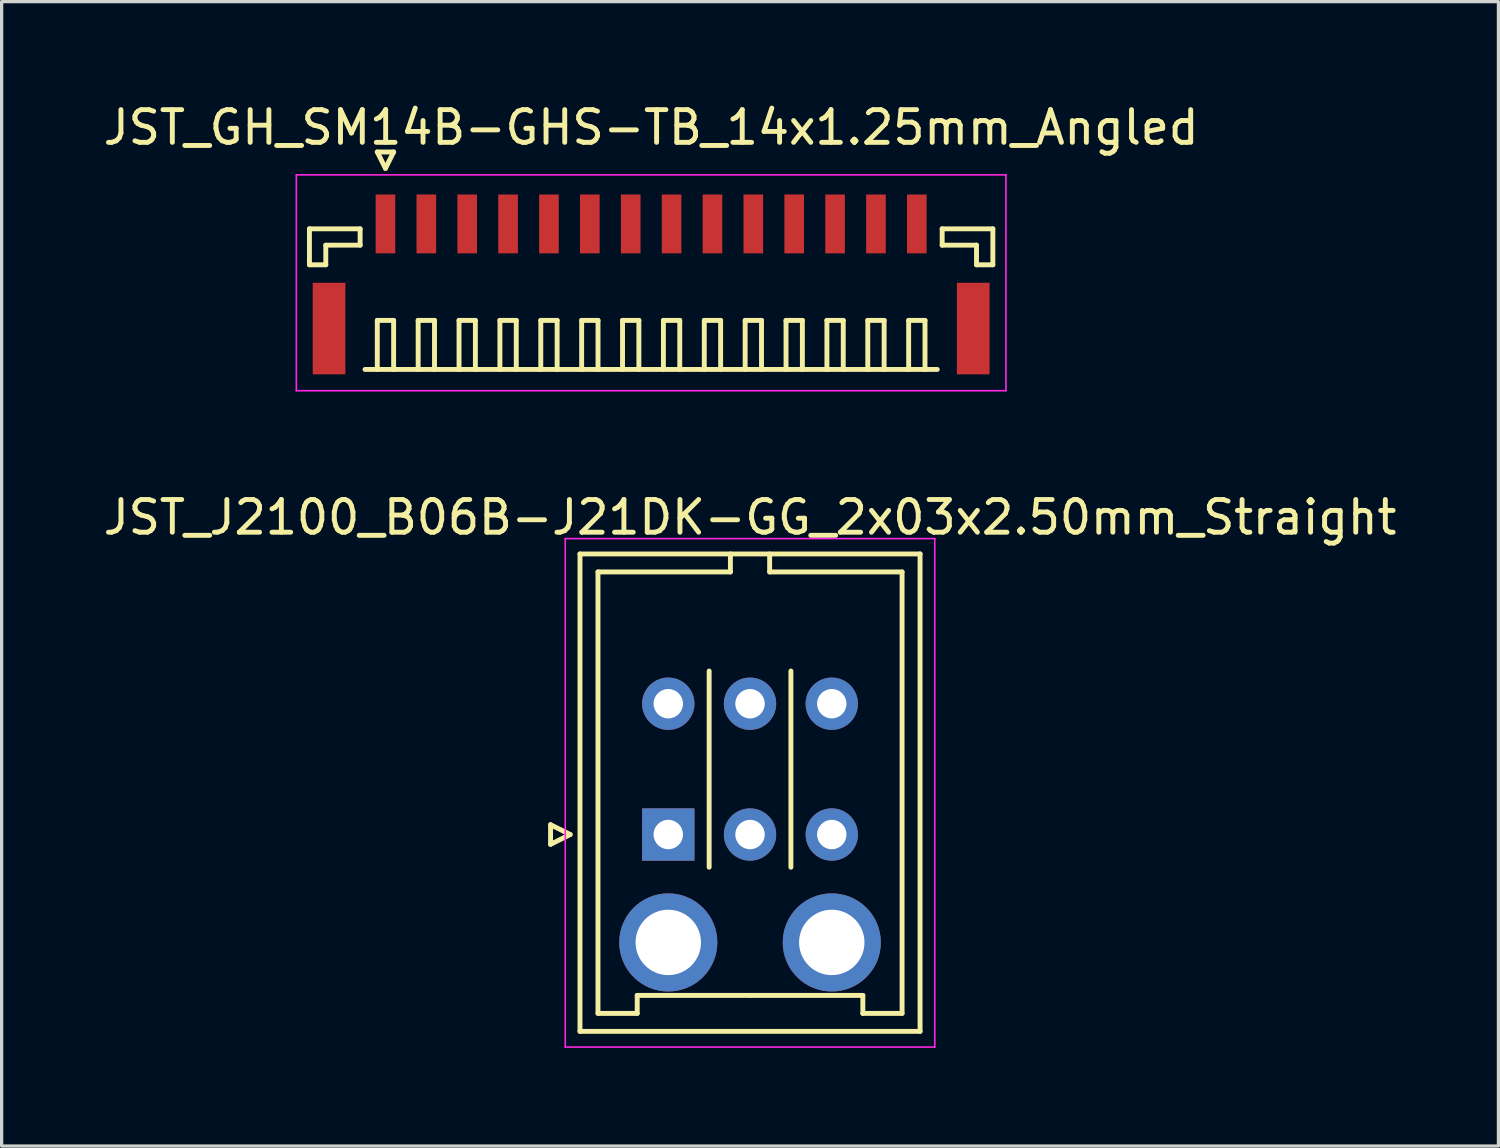
<source format=kicad_pcb>
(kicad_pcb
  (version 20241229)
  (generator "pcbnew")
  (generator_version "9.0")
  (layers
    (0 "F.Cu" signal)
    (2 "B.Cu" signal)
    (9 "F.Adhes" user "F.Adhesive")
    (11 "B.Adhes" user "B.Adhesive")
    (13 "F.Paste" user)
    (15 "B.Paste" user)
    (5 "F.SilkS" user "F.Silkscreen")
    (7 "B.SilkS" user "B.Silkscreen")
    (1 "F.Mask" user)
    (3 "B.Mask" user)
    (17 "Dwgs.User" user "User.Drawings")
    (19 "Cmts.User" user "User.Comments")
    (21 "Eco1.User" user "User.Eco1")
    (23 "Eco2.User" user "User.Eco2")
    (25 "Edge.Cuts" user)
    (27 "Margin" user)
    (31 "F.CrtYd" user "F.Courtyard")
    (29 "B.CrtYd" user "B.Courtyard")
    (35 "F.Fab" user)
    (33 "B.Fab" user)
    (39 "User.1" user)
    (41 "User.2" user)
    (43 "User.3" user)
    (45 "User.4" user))
  (footprint "JST_GH_SM14B-GHS-TB_14x1.25mm_Angled"
    (layer "F.Cu")
    (at 16.863 5.398)
    (property "Reference" "JST_GH_SM14B-GHS-TB_14x1.25mm_Angled" (at 0 -4.55 0) (layer "F.SilkS") (effects (font (size 1 1) (thickness 0.15))))
    (attr smd)
    (fp_line (start -10.45 -1.45) (end -8.9 -1.45) (stroke (width 0.15) (type solid)) (layer "F.SilkS"))
    (fp_line (start -10.45 -0.35) (end -10.45 -1.45) (stroke (width 0.15) (type solid)) (layer "F.SilkS"))
    (fp_line (start -9.95 -0.95) (end -9.95 -0.35) (stroke (width 0.15) (type solid)) (layer "F.SilkS"))
    (fp_line (start -9.95 -0.35) (end -10.45 -0.35) (stroke (width 0.15) (type solid)) (layer "F.SilkS"))
    (fp_line (start -8.9 -1.45) (end -8.9 -0.95) (stroke (width 0.15) (type solid)) (layer "F.SilkS"))
    (fp_line (start -8.9 -0.95) (end -9.95 -0.95) (stroke (width 0.15) (type solid)) (layer "F.SilkS"))
    (fp_line (start -8.75 2.85) (end 8.75 2.85) (stroke (width 0.15) (type solid)) (layer "F.SilkS"))
    (fp_line (start -8.375 -3.8) (end -7.875 -3.8) (stroke (width 0.15) (type solid)) (layer "F.SilkS"))
    (fp_line (start -8.375 1.35) (end -7.875 1.35) (stroke (width 0.15) (type solid)) (layer "F.SilkS"))
    (fp_line (start -8.375 2.85) (end -8.375 1.35) (stroke (width 0.15) (type solid)) (layer "F.SilkS"))
    (fp_line (start -8.125 -3.3) (end -8.375 -3.8) (stroke (width 0.15) (type solid)) (layer "F.SilkS"))
    (fp_line (start -7.875 -3.8) (end -8.125 -3.3) (stroke (width 0.15) (type solid)) (layer "F.SilkS"))
    (fp_line (start -7.875 1.35) (end -7.875 2.85) (stroke (width 0.15) (type solid)) (layer "F.SilkS"))
    (fp_line (start -7.125 1.35) (end -6.625 1.35) (stroke (width 0.15) (type solid)) (layer "F.SilkS"))
    (fp_line (start -7.125 2.85) (end -7.125 1.35) (stroke (width 0.15) (type solid)) (layer "F.SilkS"))
    (fp_line (start -6.625 1.35) (end -6.625 2.85) (stroke (width 0.15) (type solid)) (layer "F.SilkS"))
    (fp_line (start -5.875 1.35) (end -5.375 1.35) (stroke (width 0.15) (type solid)) (layer "F.SilkS"))
    (fp_line (start -5.875 2.85) (end -5.875 1.35) (stroke (width 0.15) (type solid)) (layer "F.SilkS"))
    (fp_line (start -5.375 1.35) (end -5.375 2.85) (stroke (width 0.15) (type solid)) (layer "F.SilkS"))
    (fp_line (start -4.625 1.35) (end -4.125 1.35) (stroke (width 0.15) (type solid)) (layer "F.SilkS"))
    (fp_line (start -4.625 2.85) (end -4.625 1.35) (stroke (width 0.15) (type solid)) (layer "F.SilkS"))
    (fp_line (start -4.125 1.35) (end -4.125 2.85) (stroke (width 0.15) (type solid)) (layer "F.SilkS"))
    (fp_line (start -3.375 1.35) (end -2.875 1.35) (stroke (width 0.15) (type solid)) (layer "F.SilkS"))
    (fp_line (start -3.375 2.85) (end -3.375 1.35) (stroke (width 0.15) (type solid)) (layer "F.SilkS"))
    (fp_line (start -2.875 1.35) (end -2.875 2.85) (stroke (width 0.15) (type solid)) (layer "F.SilkS"))
    (fp_line (start -2.125 1.35) (end -1.625 1.35) (stroke (width 0.15) (type solid)) (layer "F.SilkS"))
    (fp_line (start -2.125 2.85) (end -2.125 1.35) (stroke (width 0.15) (type solid)) (layer "F.SilkS"))
    (fp_line (start -1.625 1.35) (end -1.625 2.85) (stroke (width 0.15) (type solid)) (layer "F.SilkS"))
    (fp_line (start -0.875 1.35) (end -0.375 1.35) (stroke (width 0.15) (type solid)) (layer "F.SilkS"))
    (fp_line (start -0.875 2.85) (end -0.875 1.35) (stroke (width 0.15) (type solid)) (layer "F.SilkS"))
    (fp_line (start -0.375 1.35) (end -0.375 2.85) (stroke (width 0.15) (type solid)) (layer "F.SilkS"))
    (fp_line (start 0.375 1.35) (end 0.875 1.35) (stroke (width 0.15) (type solid)) (layer "F.SilkS"))
    (fp_line (start 0.375 2.85) (end 0.375 1.35) (stroke (width 0.15) (type solid)) (layer "F.SilkS"))
    (fp_line (start 0.875 1.35) (end 0.875 2.85) (stroke (width 0.15) (type solid)) (layer "F.SilkS"))
    (fp_line (start 1.625 1.35) (end 2.125 1.35) (stroke (width 0.15) (type solid)) (layer "F.SilkS"))
    (fp_line (start 1.625 2.85) (end 1.625 1.35) (stroke (width 0.15) (type solid)) (layer "F.SilkS"))
    (fp_line (start 2.125 1.35) (end 2.125 2.85) (stroke (width 0.15) (type solid)) (layer "F.SilkS"))
    (fp_line (start 2.875 1.35) (end 3.375 1.35) (stroke (width 0.15) (type solid)) (layer "F.SilkS"))
    (fp_line (start 2.875 2.85) (end 2.875 1.35) (stroke (width 0.15) (type solid)) (layer "F.SilkS"))
    (fp_line (start 3.375 1.35) (end 3.375 2.85) (stroke (width 0.15) (type solid)) (layer "F.SilkS"))
    (fp_line (start 4.125 1.35) (end 4.625 1.35) (stroke (width 0.15) (type solid)) (layer "F.SilkS"))
    (fp_line (start 4.125 2.85) (end 4.125 1.35) (stroke (width 0.15) (type solid)) (layer "F.SilkS"))
    (fp_line (start 4.625 1.35) (end 4.625 2.85) (stroke (width 0.15) (type solid)) (layer "F.SilkS"))
    (fp_line (start 5.375 1.35) (end 5.875 1.35) (stroke (width 0.15) (type solid)) (layer "F.SilkS"))
    (fp_line (start 5.375 2.85) (end 5.375 1.35) (stroke (width 0.15) (type solid)) (layer "F.SilkS"))
    (fp_line (start 5.875 1.35) (end 5.875 2.85) (stroke (width 0.15) (type solid)) (layer "F.SilkS"))
    (fp_line (start 6.625 1.35) (end 7.125 1.35) (stroke (width 0.15) (type solid)) (layer "F.SilkS"))
    (fp_line (start 6.625 2.85) (end 6.625 1.35) (stroke (width 0.15) (type solid)) (layer "F.SilkS"))
    (fp_line (start 7.125 1.35) (end 7.125 2.85) (stroke (width 0.15) (type solid)) (layer "F.SilkS"))
    (fp_line (start 7.875 1.35) (end 8.375 1.35) (stroke (width 0.15) (type solid)) (layer "F.SilkS"))
    (fp_line (start 7.875 2.85) (end 7.875 1.35) (stroke (width 0.15) (type solid)) (layer "F.SilkS"))
    (fp_line (start 8.375 1.35) (end 8.375 2.85) (stroke (width 0.15) (type solid)) (layer "F.SilkS"))
    (fp_line (start 8.9 -1.45) (end 8.9 -0.95) (stroke (width 0.15) (type solid)) (layer "F.SilkS"))
    (fp_line (start 8.9 -0.95) (end 9.95 -0.95) (stroke (width 0.15) (type solid)) (layer "F.SilkS"))
    (fp_line (start 9.95 -0.95) (end 9.95 -0.35) (stroke (width 0.15) (type solid)) (layer "F.SilkS"))
    (fp_line (start 9.95 -0.35) (end 10.45 -0.35) (stroke (width 0.15) (type solid)) (layer "F.SilkS"))
    (fp_line (start 10.45 -1.45) (end 8.9 -1.45) (stroke (width 0.15) (type solid)) (layer "F.SilkS"))
    (fp_line (start 10.45 -0.35) (end 10.45 -1.45) (stroke (width 0.15) (type solid)) (layer "F.SilkS"))
    (fp_line (start -10.85 -3.1) (end -10.85 3.5) (stroke (width 0.05) (type solid)) (layer "F.CrtYd"))
    (fp_line (start -10.85 3.5) (end 10.85 3.5) (stroke (width 0.05) (type solid)) (layer "F.CrtYd"))
    (fp_line (start 10.85 -3.1) (end -10.85 -3.1) (stroke (width 0.05) (type solid)) (layer "F.CrtYd"))
    (fp_line (start 10.85 3.5) (end 10.85 -3.1) (stroke (width 0.05) (type solid)) (layer "F.CrtYd"))
    (pad "" smd rect (at -9.85 1.6) (size 1 2.8) (layers "F.Cu" "F.Mask" "F.Paste"))
    (pad "" smd rect (at 9.85 1.6) (size 1 2.8) (layers "F.Cu" "F.Mask" "F.Paste"))
    (pad "1" smd rect (at -8.125 -1.6) (size 0.6 1.8) (layers "F.Cu" "F.Mask" "F.Paste"))
    (pad "2" smd rect (at -6.875 -1.6) (size 0.6 1.8) (layers "F.Cu" "F.Mask" "F.Paste"))
    (pad "3" smd rect (at -5.625 -1.6) (size 0.6 1.8) (layers "F.Cu" "F.Mask" "F.Paste"))
    (pad "4" smd rect (at -4.375 -1.6) (size 0.6 1.8) (layers "F.Cu" "F.Mask" "F.Paste"))
    (pad "5" smd rect (at -3.125 -1.6) (size 0.6 1.8) (layers "F.Cu" "F.Mask" "F.Paste"))
    (pad "6" smd rect (at -1.875 -1.6) (size 0.6 1.8) (layers "F.Cu" "F.Mask" "F.Paste"))
    (pad "7" smd rect (at -0.625 -1.6) (size 0.6 1.8) (layers "F.Cu" "F.Mask" "F.Paste"))
    (pad "8" smd rect (at 0.625 -1.6) (size 0.6 1.8) (layers "F.Cu" "F.Mask" "F.Paste"))
    (pad "9" smd rect (at 1.875 -1.6) (size 0.6 1.8) (layers "F.Cu" "F.Mask" "F.Paste"))
    (pad "10" smd rect (at 3.125 -1.6) (size 0.6 1.8) (layers "F.Cu" "F.Mask" "F.Paste"))
    (pad "11" smd rect (at 4.375 -1.6) (size 0.6 1.8) (layers "F.Cu" "F.Mask" "F.Paste"))
    (pad "12" smd rect (at 5.625 -1.6) (size 0.6 1.8) (layers "F.Cu" "F.Mask" "F.Paste"))
    (pad "13" smd rect (at 6.875 -1.6) (size 0.6 1.8) (layers "F.Cu" "F.Mask" "F.Paste"))
    (pad "14" smd rect (at 8.125 -1.6) (size 0.6 1.8) (layers "F.Cu" "F.Mask" "F.Paste")))
  (footprint "JST_J2100_B06B-J21DK-GG_2x03x2.50mm_Straight"
    (layer "F.Cu")
    (at 17.387 22.471)
    (property "Reference" "JST_J2100_B06B-J21DK-GG_2x03x2.50mm_Straight" (at 2.5 -9.7 0) (layer "F.SilkS") (effects (font (size 1 1) (thickness 0.15))))
    (attr through_hole)
    (fp_line (start -3.6 -0.3) (end -3 0) (stroke (width 0.15) (type solid)) (layer "F.SilkS"))
    (fp_line (start -3.6 0.3) (end -3.6 -0.3) (stroke (width 0.15) (type solid)) (layer "F.SilkS"))
    (fp_line (start -3 0) (end -3.6 0.3) (stroke (width 0.15) (type solid)) (layer "F.SilkS"))
    (fp_line (start -2.7 -8.58) (end -2.7 6.02) (stroke (width 0.15) (type solid)) (layer "F.SilkS"))
    (fp_line (start -2.7 6.02) (end 7.7 6.02) (stroke (width 0.15) (type solid)) (layer "F.SilkS"))
    (fp_line (start -2.15 -8.03) (end -2.15 5.47) (stroke (width 0.15) (type solid)) (layer "F.SilkS"))
    (fp_line (start -2.15 5.47) (end -0.95 5.47) (stroke (width 0.15) (type solid)) (layer "F.SilkS"))
    (fp_line (start -0.95 4.92) (end 2.5 4.92) (stroke (width 0.15) (type solid)) (layer "F.SilkS"))
    (fp_line (start -0.95 5.47) (end -0.95 4.92) (stroke (width 0.15) (type solid)) (layer "F.SilkS"))
    (fp_line (start 1.25 1) (end 1.25 -5) (stroke (width 0.15) (type solid)) (layer "F.SilkS"))
    (fp_line (start 1.9 -8.58) (end 1.9 -8.03) (stroke (width 0.15) (type solid)) (layer "F.SilkS"))
    (fp_line (start 1.9 -8.03) (end -2.15 -8.03) (stroke (width 0.15) (type solid)) (layer "F.SilkS"))
    (fp_line (start 3.1 -8.58) (end 3.1 -8.03) (stroke (width 0.15) (type solid)) (layer "F.SilkS"))
    (fp_line (start 3.1 -8.03) (end 7.15 -8.03) (stroke (width 0.15) (type solid)) (layer "F.SilkS"))
    (fp_line (start 3.75 1) (end 3.75 -5) (stroke (width 0.15) (type solid)) (layer "F.SilkS"))
    (fp_line (start 5.95 4.92) (end 2.5 4.92) (stroke (width 0.15) (type solid)) (layer "F.SilkS"))
    (fp_line (start 5.95 5.47) (end 5.95 4.92) (stroke (width 0.15) (type solid)) (layer "F.SilkS"))
    (fp_line (start 7.15 -8.03) (end 7.15 5.47) (stroke (width 0.15) (type solid)) (layer "F.SilkS"))
    (fp_line (start 7.15 5.47) (end 5.95 5.47) (stroke (width 0.15) (type solid)) (layer "F.SilkS"))
    (fp_line (start 7.7 -8.58) (end -2.7 -8.58) (stroke (width 0.15) (type solid)) (layer "F.SilkS"))
    (fp_line (start 7.7 6.02) (end 7.7 -8.58) (stroke (width 0.15) (type solid)) (layer "F.SilkS"))
    (fp_line (start -3.15 -9.05) (end -3.15 6.5) (stroke (width 0.05) (type solid)) (layer "F.CrtYd"))
    (fp_line (start -3.15 6.5) (end 8.15 6.5) (stroke (width 0.05) (type solid)) (layer "F.CrtYd"))
    (fp_line (start 8.15 -9.05) (end -3.15 -9.05) (stroke (width 0.05) (type solid)) (layer "F.CrtYd"))
    (fp_line (start 8.15 6.5) (end 8.15 -9.05) (stroke (width 0.05) (type solid)) (layer "F.CrtYd"))
    (pad "" thru_hole circle (at 0 3.3) (size 3 3) (drill 2) (layers "*.Cu" "*.Mask"))
    (pad "" thru_hole circle (at 5 3.3) (size 3 3) (drill 2) (layers "*.Cu" "*.Mask"))
    (pad "1" thru_hole rect (at 0 0) (size 1.6 1.6) (drill 0.9) (layers "*.Cu" "*.Mask"))
    (pad "2" thru_hole circle (at 0 -4) (size 1.6 1.6) (drill 0.9) (layers "*.Cu" "*.Mask"))
    (pad "3" thru_hole circle (at 2.5 0) (size 1.6 1.6) (drill 0.9) (layers "*.Cu" "*.Mask"))
    (pad "4" thru_hole circle (at 2.5 -4) (size 1.6 1.6) (drill 0.9) (layers "*.Cu" "*.Mask"))
    (pad "5" thru_hole circle (at 5 0) (size 1.6 1.6) (drill 0.9) (layers "*.Cu" "*.Mask"))
    (pad "6" thru_hole circle (at 5 -4) (size 1.6 1.6) (drill 0.9) (layers "*.Cu" "*.Mask")))
  (gr_rect
    (start -3 -3)
    (end 42.774 31.997)
    (stroke (width 0.1) (type default))
    (fill no)
    (layer "Edge.Cuts")))
</source>
